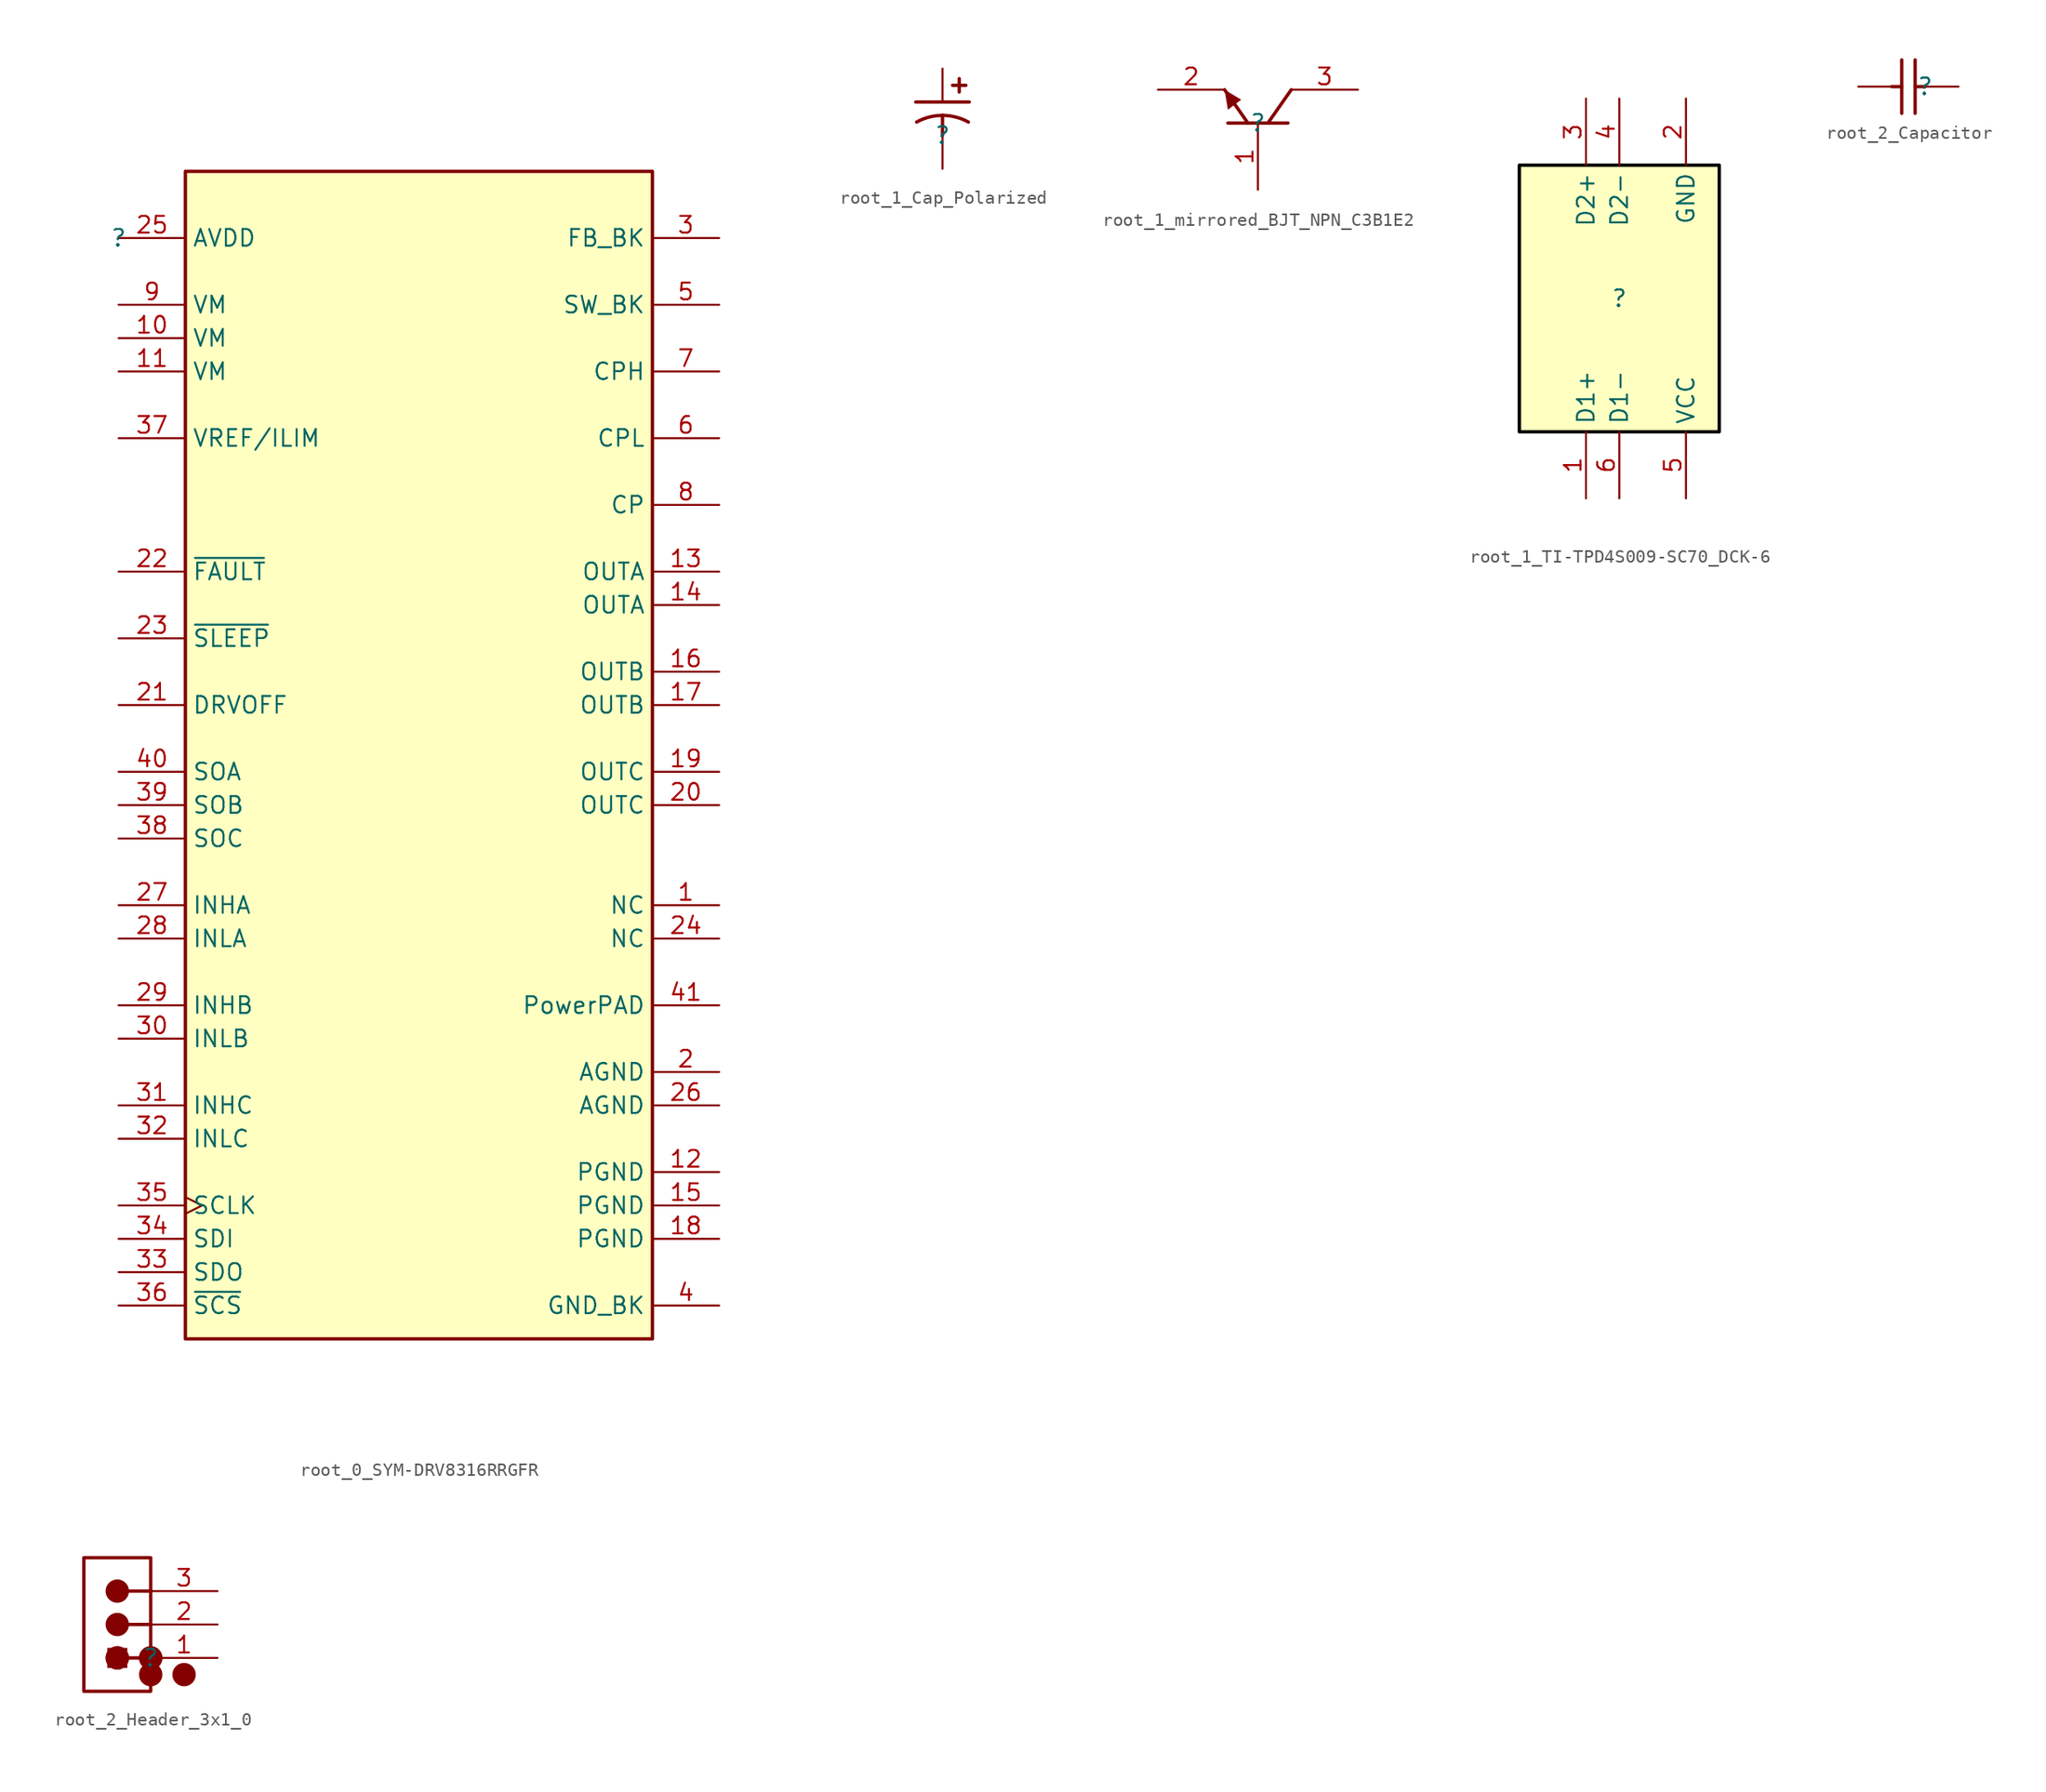
<source format=kicad_sym>
(kicad_symbol_lib
  (version 20231120)
  (generator "kicad_symbol_editor")
  (generator_version "8.0")
  (symbol "root_0_SYM-DRV8316RRGFR"
    (property "Reference" ""
      (at 0 0 0)
      (effects (font (size 1.27 1.27))))
    (property "Value" ""
      (at 0 0 0)
      (effects (font (size 1.27 1.27))))
    (symbol "root_0_SYM-DRV8316RRGFR_1_0"
      (rectangle (start 40.64 5.08) (end 5.08 -83.82) (stroke (width 0.254) (type solid) (color 128 0 0 1)) (fill (type background)))
      (pin passive line (at 45.72 -50.8 180) (length 5.08) (name "NC" (effects (font (size 1.27 1.27)))) (number "1" (effects (font (size 1.27 1.27)))))
      (pin power_in line (at 0 -7.62 0) (length 5.08) (name "VM" (effects (font (size 1.27 1.27)))) (number "10" (effects (font (size 1.27 1.27)))))
      (pin power_in line (at 0 -10.16 0) (length 5.08) (name "VM" (effects (font (size 1.27 1.27)))) (number "11" (effects (font (size 1.27 1.27)))))
      (pin power_in line (at 45.72 -71.12 180) (length 5.08) (name "PGND" (effects (font (size 1.27 1.27)))) (number "12" (effects (font (size 1.27 1.27)))))
      (pin output line (at 45.72 -25.4 180) (length 5.08) (name "OUTA" (effects (font (size 1.27 1.27)))) (number "13" (effects (font (size 1.27 1.27)))))
      (pin output line (at 45.72 -27.94 180) (length 5.08) (name "OUTA" (effects (font (size 1.27 1.27)))) (number "14" (effects (font (size 1.27 1.27)))))
      (pin power_in line (at 45.72 -73.66 180) (length 5.08) (name "PGND" (effects (font (size 1.27 1.27)))) (number "15" (effects (font (size 1.27 1.27)))))
      (pin output line (at 45.72 -33.02 180) (length 5.08) (name "OUTB" (effects (font (size 1.27 1.27)))) (number "16" (effects (font (size 1.27 1.27)))))
      (pin output line (at 45.72 -35.56 180) (length 5.08) (name "OUTB" (effects (font (size 1.27 1.27)))) (number "17" (effects (font (size 1.27 1.27)))))
      (pin power_in line (at 45.72 -76.2 180) (length 5.08) (name "PGND" (effects (font (size 1.27 1.27)))) (number "18" (effects (font (size 1.27 1.27)))))
      (pin output line (at 45.72 -40.64 180) (length 5.08) (name "OUTC" (effects (font (size 1.27 1.27)))) (number "19" (effects (font (size 1.27 1.27)))))
      (pin power_in line (at 45.72 -63.5 180) (length 5.08) (name "AGND" (effects (font (size 1.27 1.27)))) (number "2" (effects (font (size 1.27 1.27)))))
      (pin output line (at 45.72 -43.18 180) (length 5.08) (name "OUTC" (effects (font (size 1.27 1.27)))) (number "20" (effects (font (size 1.27 1.27)))))
      (pin input line (at 0 -35.56 0) (length 5.08) (name "DRVOFF" (effects (font (size 1.27 1.27)))) (number "21" (effects (font (size 1.27 1.27)))))
      (pin open_collector line (at 0 -25.4 0) (length 5.08) (name "~{FAULT}" (effects (font (size 1.27 1.27)))) (number "22" (effects (font (size 1.27 1.27)))))
      (pin input line (at 0 -30.48 0) (length 5.08) (name "~{SLEEP}" (effects (font (size 1.27 1.27)))) (number "23" (effects (font (size 1.27 1.27)))))
      (pin passive line (at 45.72 -53.34 180) (length 5.08) (name "NC" (effects (font (size 1.27 1.27)))) (number "24" (effects (font (size 1.27 1.27)))))
      (pin power_in line (at 0 0 0) (length 5.08) (name "AVDD" (effects (font (size 1.27 1.27)))) (number "25" (effects (font (size 1.27 1.27)))))
      (pin power_in line (at 45.72 -66.04 180) (length 5.08) (name "AGND" (effects (font (size 1.27 1.27)))) (number "26" (effects (font (size 1.27 1.27)))))
      (pin input line (at 0 -50.8 0) (length 5.08) (name "INHA" (effects (font (size 1.27 1.27)))) (number "27" (effects (font (size 1.27 1.27)))))
      (pin input line (at 0 -53.34 0) (length 5.08) (name "INLA" (effects (font (size 1.27 1.27)))) (number "28" (effects (font (size 1.27 1.27)))))
      (pin input line (at 0 -58.42 0) (length 5.08) (name "INHB" (effects (font (size 1.27 1.27)))) (number "29" (effects (font (size 1.27 1.27)))))
      (pin power_in line (at 45.72 0 180) (length 5.08) (name "FB_BK" (effects (font (size 1.27 1.27)))) (number "3" (effects (font (size 1.27 1.27)))))
      (pin input line (at 0 -60.96 0) (length 5.08) (name "INLB" (effects (font (size 1.27 1.27)))) (number "30" (effects (font (size 1.27 1.27)))))
      (pin input line (at 0 -66.04 0) (length 5.08) (name "INHC" (effects (font (size 1.27 1.27)))) (number "31" (effects (font (size 1.27 1.27)))))
      (pin input line (at 0 -68.58 0) (length 5.08) (name "INLC" (effects (font (size 1.27 1.27)))) (number "32" (effects (font (size 1.27 1.27)))))
      (pin output line (at 0 -78.74 0) (length 5.08) (name "SDO" (effects (font (size 1.27 1.27)))) (number "33" (effects (font (size 1.27 1.27)))))
      (pin input line (at 0 -76.2 0) (length 5.08) (name "SDI" (effects (font (size 1.27 1.27)))) (number "34" (effects (font (size 1.27 1.27)))))
      (pin input clock (at 0 -73.66 0) (length 5.08) (name "SCLK" (effects (font (size 1.27 1.27)))) (number "35" (effects (font (size 1.27 1.27)))))
      (pin input line (at 0 -81.28 0) (length 5.08) (name "~{SCS}" (effects (font (size 1.27 1.27)))) (number "36" (effects (font (size 1.27 1.27)))))
      (pin power_in line (at 0 -15.24 0) (length 5.08) (name "VREF/ILIM" (effects (font (size 1.27 1.27)))) (number "37" (effects (font (size 1.27 1.27)))))
      (pin output line (at 0 -45.72 0) (length 5.08) (name "SOC" (effects (font (size 1.27 1.27)))) (number "38" (effects (font (size 1.27 1.27)))))
      (pin output line (at 0 -43.18 0) (length 5.08) (name "SOB" (effects (font (size 1.27 1.27)))) (number "39" (effects (font (size 1.27 1.27)))))
      (pin power_in line (at 45.72 -81.28 180) (length 5.08) (name "GND_BK" (effects (font (size 1.27 1.27)))) (number "4" (effects (font (size 1.27 1.27)))))
      (pin output line (at 0 -40.64 0) (length 5.08) (name "SOA" (effects (font (size 1.27 1.27)))) (number "40" (effects (font (size 1.27 1.27)))))
      (pin power_in line (at 45.72 -58.42 180) (length 5.08) (name "PowerPAD" (effects (font (size 1.27 1.27)))) (number "41" (effects (font (size 1.27 1.27)))))
      (pin power_in line (at 45.72 -5.08 180) (length 5.08) (name "SW_BK" (effects (font (size 1.27 1.27)))) (number "5" (effects (font (size 1.27 1.27)))))
      (pin power_in line (at 45.72 -15.24 180) (length 5.08) (name "CPL" (effects (font (size 1.27 1.27)))) (number "6" (effects (font (size 1.27 1.27)))))
      (pin power_in line (at 45.72 -10.16 180) (length 5.08) (name "CPH" (effects (font (size 1.27 1.27)))) (number "7" (effects (font (size 1.27 1.27)))))
      (pin power_in line (at 45.72 -20.32 180) (length 5.08) (name "CP" (effects (font (size 1.27 1.27)))) (number "8" (effects (font (size 1.27 1.27)))))
      (pin power_in line (at 0 -5.08 0) (length 5.08) (name "VM" (effects (font (size 1.27 1.27)))) (number "9" (effects (font (size 1.27 1.27)))))))
  (symbol "root_1_Cap_Polarized"
    (property "Reference" ""
      (at 0 0 0)
      (effects (font (size 1.27 1.27))))
    (property "Value" ""
      (at 0 0 0)
      (effects (font (size 1.27 1.27))))
    (symbol "root_1_Cap_Polarized_1_0"
      (polyline (pts (xy -2.032 2.54) (xy 2.032 2.54)) (stroke (width 0.254) (type solid)) (fill (type none)))
      (polyline (pts (xy 0 1.524) (xy 0 0)) (stroke (width 0.254) (type solid)) (fill (type none)))
      (polyline (pts (xy 0.762 3.81) (xy 1.778 3.81)) (stroke (width 0.254) (type solid)) (fill (type none)))
      (polyline (pts (xy 1.27 3.302) (xy 1.27 4.318)) (stroke (width 0.254) (type solid)) (fill (type none)))
      (arc (start 0 1.524) (mid -1.0175 1.3946) (end -1.9703 1.0145) (stroke (width 0.254) (type solid)) (fill (type none)))
      (arc (start 1.9703 1.0145) (mid 1.0176 1.3946) (end 0 1.5241) (stroke (width 0.254) (type solid)) (fill (type none)))
      (pin passive line (at 0 5.08 270) (length 2.54) (name "+" (effects (font (size 0 0)))) (number "1" (effects (font (size 0 0)))))
      (pin passive line (at 0 -2.54 90) (length 2.54) (name "-" (effects (font (size 0 0)))) (number "2" (effects (font (size 0 0)))))))
  (symbol "root_1_mirrored_BJT_NPN_C3B1E2"
    (property "Reference" ""
      (at 0 0 0)
      (effects (font (size 1.27 1.27))))
    (property "Value" ""
      (at 0 0 0)
      (effects (font (size 1.27 1.27))))
    (symbol "root_1_mirrored_BJT_NPN_C3B1E2_1_0"
      (polyline (pts (xy -0.762 0) (xy -2.54 2.54)) (stroke (width 0.254) (type solid)) (fill (type none)))
      (polyline (pts (xy 2.286 0) (xy -2.286 0)) (stroke (width 0.254) (type solid)) (fill (type none)))
      (polyline (pts (xy 2.54 2.54) (xy 0.762 0)) (stroke (width 0.254) (type solid)) (fill (type none)))
      (polyline (pts (xy -2.54 2.54) (xy -1.27 1.778) (xy -2.286 1.016) (xy -2.54 2.54)) (stroke (width -0.0001) (type solid)) (fill (type outline)))
      (pin passive line (at 0 -5.08 90) (length 5.08) (name "B" (effects (font (size 0 0)))) (number "1" (effects (font (size 1.27 1.27)))))
      (pin passive line (at -7.62 2.54 0) (length 5.08) (name "E" (effects (font (size 0 0)))) (number "2" (effects (font (size 1.27 1.27)))))
      (pin passive line (at 7.62 2.54 180) (length 5.08) (name "C" (effects (font (size 0 0)))) (number "3" (effects (font (size 1.27 1.27)))))))
  (symbol "root_1_TI-TPD4S009-SC70_DCK-6"
    (property "Reference" ""
      (at 0 0 0)
      (effects (font (size 1.27 1.27))))
    (property "Value" ""
      (at 0 0 0)
      (effects (font (size 1.27 1.27))))
    (symbol "root_1_TI-TPD4S009-SC70_DCK-6_1_0"
      (rectangle (start 7.62 10.16) (end -7.62 -10.16) (stroke (width 0.254) (type solid) (color 0 0 0 1)) (fill (type background)))
      (pin passive line (at -2.54 -15.24 90) (length 5.08) (name "D1+" (effects (font (size 1.27 1.27)))) (number "1" (effects (font (size 1.27 1.27)))))
      (pin power_in line (at 5.08 15.24 270) (length 5.08) (name "GND" (effects (font (size 1.27 1.27)))) (number "2" (effects (font (size 1.27 1.27)))))
      (pin passive line (at -2.54 15.24 270) (length 5.08) (name "D2+" (effects (font (size 1.27 1.27)))) (number "3" (effects (font (size 1.27 1.27)))))
      (pin passive line (at 0 15.24 270) (length 5.08) (name "D2-" (effects (font (size 1.27 1.27)))) (number "4" (effects (font (size 1.27 1.27)))))
      (pin power_in line (at 5.08 -15.24 90) (length 5.08) (name "VCC" (effects (font (size 1.27 1.27)))) (number "5" (effects (font (size 1.27 1.27)))))
      (pin passive line (at 0 -15.24 90) (length 5.08) (name "D1-" (effects (font (size 1.27 1.27)))) (number "6" (effects (font (size 1.27 1.27)))))))
  (symbol "root_2_Capacitor"
    (property "Reference" ""
      (at 0 0 0)
      (effects (font (size 1.27 1.27))))
    (property "Value" ""
      (at 0 0 0)
      (effects (font (size 1.27 1.27))))
    (symbol "root_2_Capacitor_1_0"
      (polyline (pts (xy -2.54 0) (xy -1.778 0)) (stroke (width 0.254) (type solid)) (fill (type none)))
      (polyline (pts (xy -1.778 -2.032) (xy -1.778 2.032)) (stroke (width 0.254) (type solid)) (fill (type none)))
      (polyline (pts (xy -0.762 -2.032) (xy -0.762 2.032)) (stroke (width 0.254) (type solid)) (fill (type none)))
      (polyline (pts (xy 0 0) (xy -0.762 0)) (stroke (width 0.254) (type solid)) (fill (type none)))
      (pin passive line (at -5.08 0 0) (length 2.54) (name "1" (effects (font (size 0 0)))) (number "1" (effects (font (size 0 0)))))
      (pin passive line (at 2.54 0 180) (length 2.54) (name "2" (effects (font (size 0 0)))) (number "2" (effects (font (size 0 0)))))))
  (symbol "root_2_Header_3x1_0"
    (property "Reference" ""
      (at 0 0 0)
      (effects (font (size 1.27 1.27))))
    (property "Value" ""
      (at 0 0 0)
      (effects (font (size 1.27 1.27))))
    (symbol "root_2_Header_3x1_0_1_0"
      (circle (center -2.54 0) (radius 0.762) (stroke (width 0.254) (type solid)) (fill (type outline)))
      (circle (center -2.54 0) (radius 0.762) (stroke (width 0.254) (type solid)) (fill (type outline)))
      (circle (center -2.54 2.54) (radius 0.762) (stroke (width 0.254) (type solid)) (fill (type outline)))
      (circle (center -2.54 5.08) (radius 0.762) (stroke (width 0.254) (type solid)) (fill (type outline)))
      (rectangle (start -1.778 0.762) (end -3.302 -0.762) (stroke (width -0.0001) (type solid)) (fill (type outline)))
      (circle (center 0 -1.27) (radius 0.762) (stroke (width 0.254) (type solid)) (fill (type outline)))
      (polyline (pts (xy 0 0) (xy -1.778 0)) (stroke (width 0.254) (type solid)) (fill (type none)))
      (polyline (pts (xy 0 2.54) (xy -1.778 2.54)) (stroke (width 0.254) (type solid)) (fill (type none)))
      (polyline (pts (xy 0 5.08) (xy -1.778 5.08)) (stroke (width 0.254) (type solid)) (fill (type none)))
      (circle (center 0 0) (radius 0.762) (stroke (width 0.254) (type solid)) (fill (type outline)))
      (circle (center 0 0) (radius 0.762) (stroke (width 0.254) (type solid)) (fill (type outline)))
      (rectangle (start 0 7.62) (end -5.08 -2.54) (stroke (width 0.254) (type solid)) (fill (type color) (color 255 255 255 1)))
      (circle (center 2.54 -1.27) (radius 0.762) (stroke (width 0.254) (type solid)) (fill (type outline)))
      (pin passive line (at 5.08 0 180) (length 5.08) (name "1" (effects (font (size 0 0)))) (number "1" (effects (font (size 1.27 1.27)))))
      (pin passive line (at 5.08 2.54 180) (length 5.08) (name "2" (effects (font (size 0 0)))) (number "2" (effects (font (size 1.27 1.27)))))
      (pin passive line (at 5.08 5.08 180) (length 5.08) (name "3" (effects (font (size 0 0)))) (number "3" (effects (font (size 1.27 1.27))))))))
</source>
